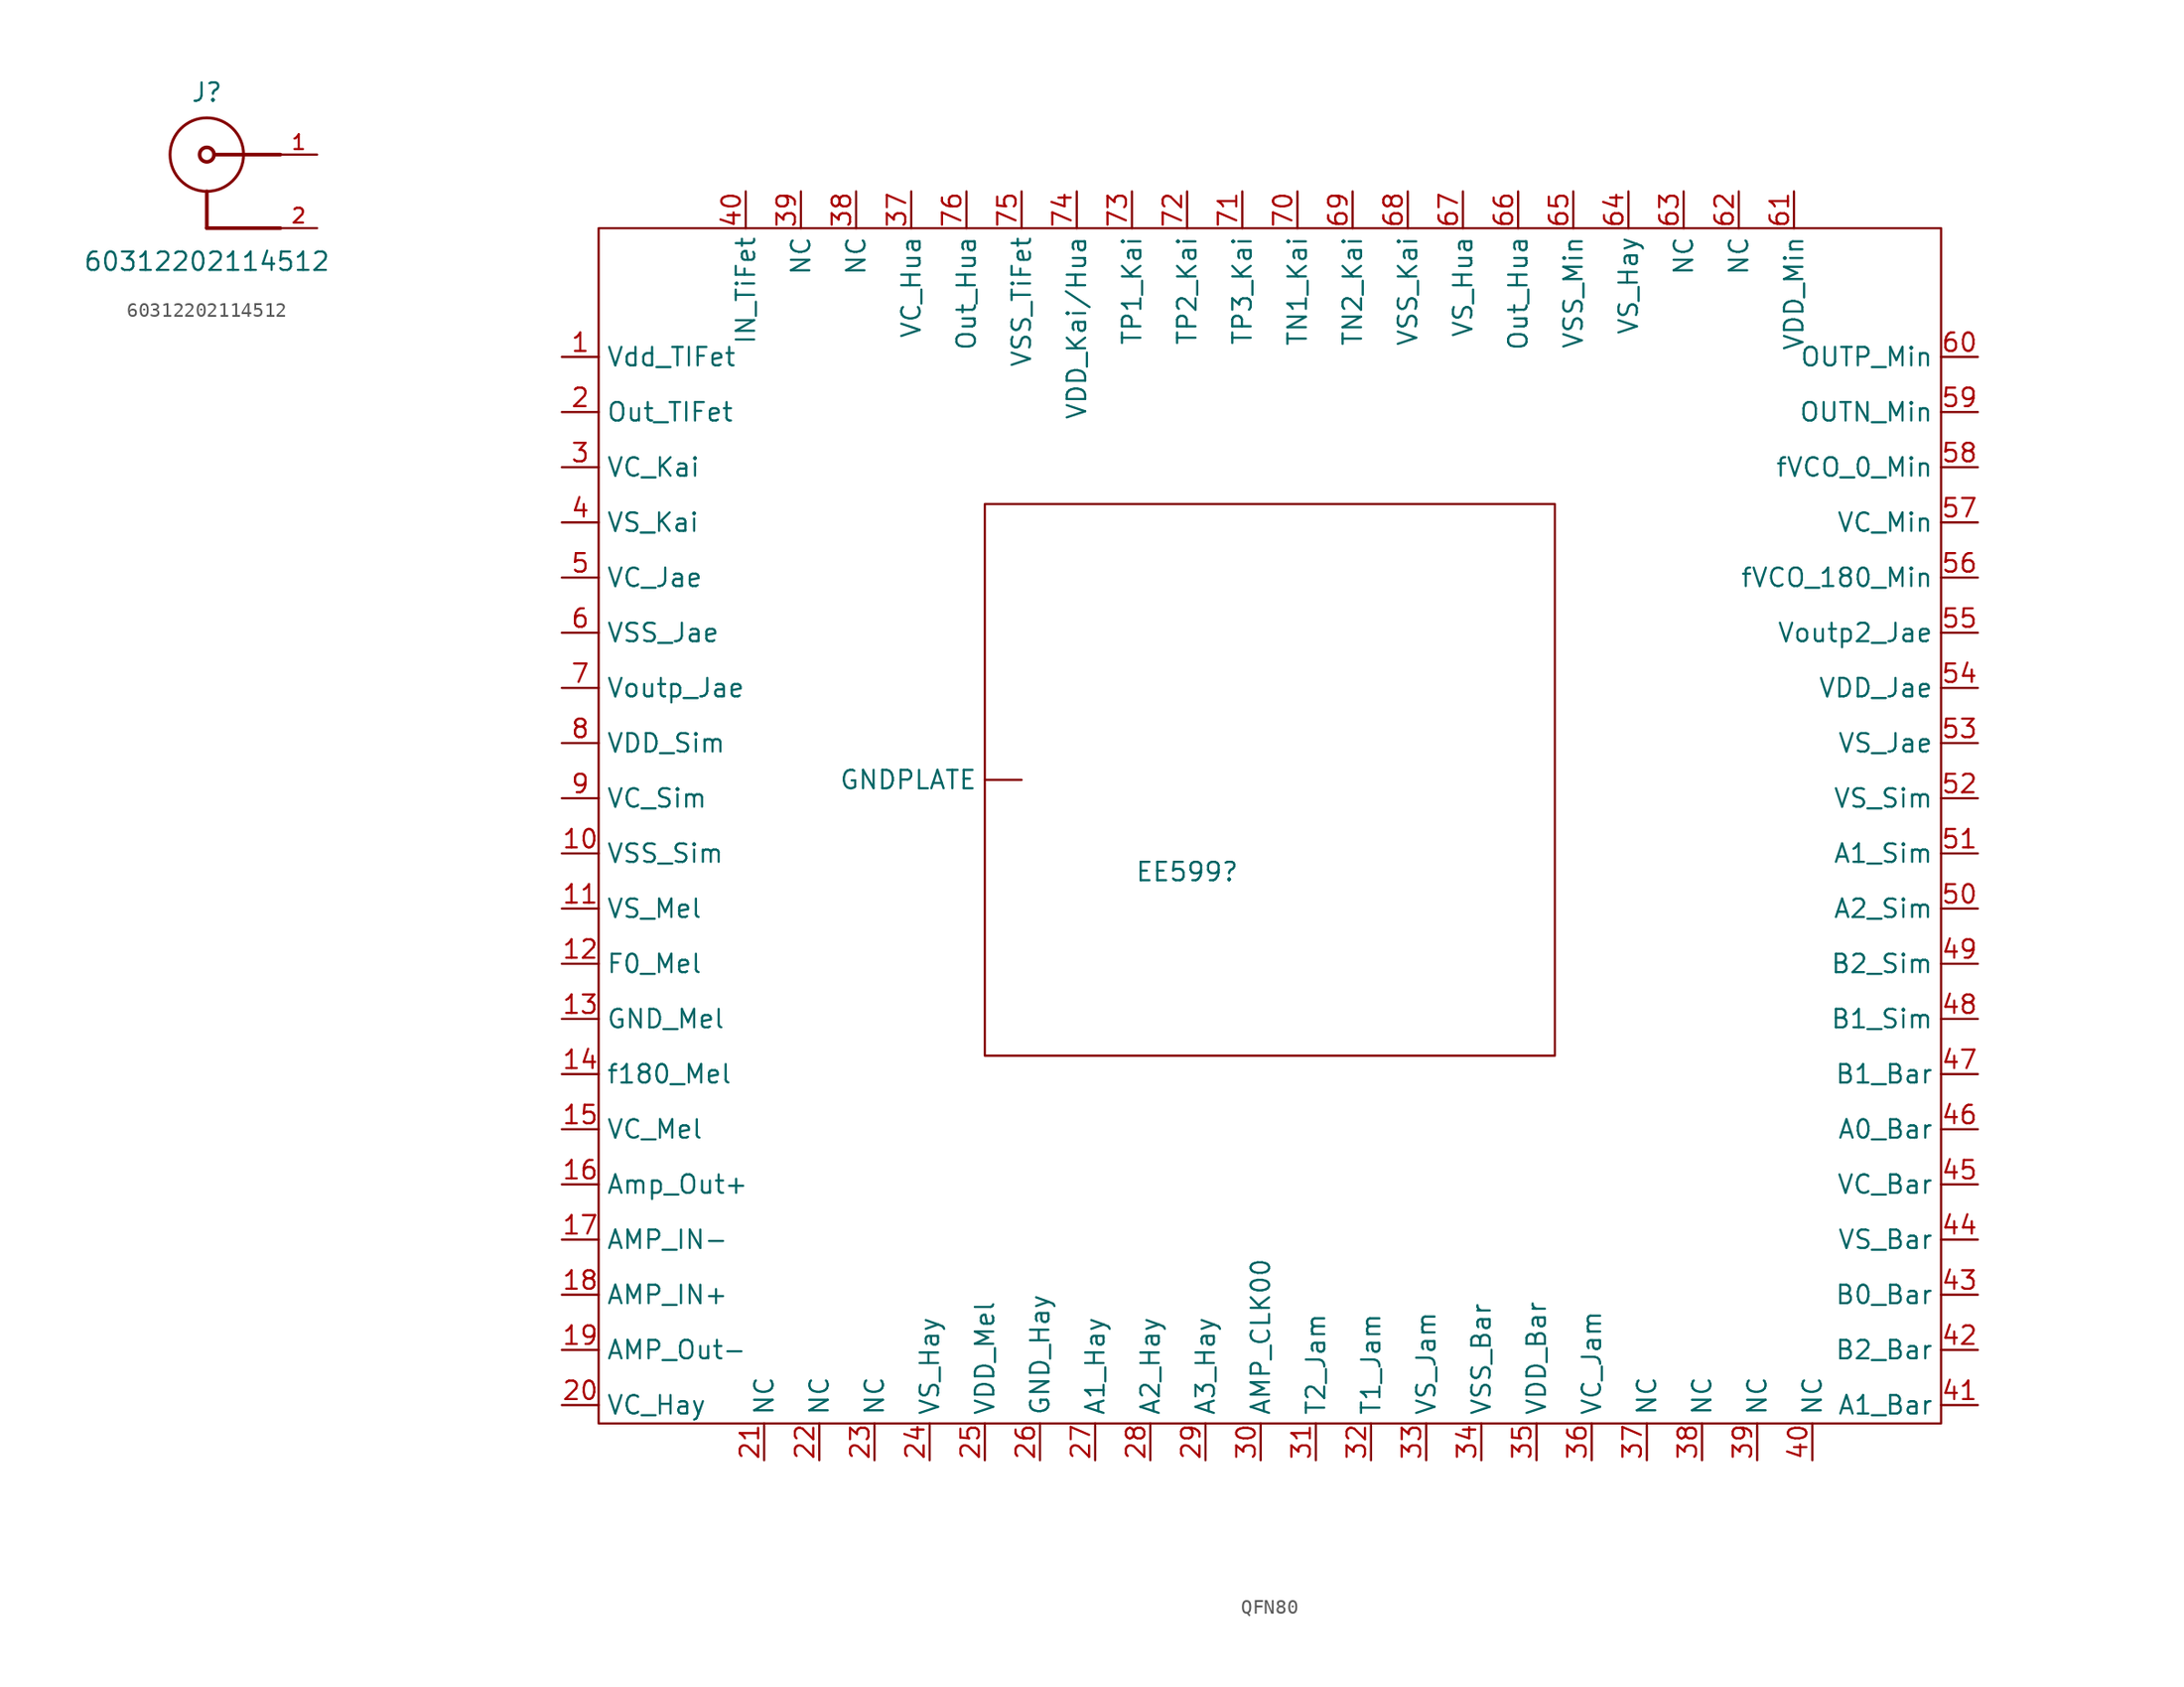
<source format=kicad_sym>
(kicad_symbol_lib
  (version 20231120)
  (generator "kicad_symbol_editor")
  (generator_version "8.0")
  (symbol "60312202114512"
    (pin_names
      (offset 1.016))
    (property "Reference" "J"
      (at 0 3.556 0)
      (effects (font (size 1.27 1.27)) (justify bottom)))
    (property "Value" "60312202114512"
      (at 0 -8.128 0)
      (effects (font (size 1.27 1.27)) (justify bottom)))
    (symbol "60312202114512_0_0"
      (polyline (pts (xy 0 -5.08) (xy 5.08 -5.08)) (stroke (width 0.254) (type default)) (fill (type none)))
      (polyline (pts (xy 0 -2.54) (xy 0 -5.08)) (stroke (width 0.254) (type default)) (fill (type none)))
      (polyline (pts (xy 5.08 0) (xy 0.54 0)) (stroke (width 0.254) (type default)) (fill (type none)))
      (circle (center 0 0) (radius 0.5) (stroke (width 0.254) (type default)) (fill (type none)))
      (circle (center 0 0) (radius 2.54) (stroke (width 0.2) (type default)) (fill (type none)))
      (pin passive line (at 7.62 0 180) (length 2.54) (name "~" (effects (font (size 1.016 1.016)))) (number "1" (effects (font (size 1.016 1.016)))))
      (pin passive line (at 7.62 -5.08 180) (length 2.54) (name "~" (effects (font (size 1.016 1.016)))) (number "2" (effects (font (size 1.016 1.016)))))))
  (symbol "QFN80"
    (property "Reference" "EE599"
      (at 0 0 0)
      (effects (font (size 1.27 1.27))))
    (property "Value" ""
      (at 0 0 0)
      (effects (font (size 1.27 1.27))))
    (symbol "QFN80_0_1"
      (rectangle (start -40.64 44.45) (end 52.07 -38.1) (stroke (width 0) (type default)) (fill (type none)))
      (rectangle (start -13.97 25.4) (end 25.4 -12.7) (stroke (width 0) (type default)) (fill (type none))))
    (symbol "QFN80_1_1"
      (pin input line (at -11.43 6.35 180) (length 2.54) (name "GNDPLATE" (effects (font (size 1.27 1.27)))) (number "" (effects (font (size 1.27 1.27)))))
      (pin input line (at -43.18 35.56 0) (length 2.54) (name "Vdd_TIFet" (effects (font (size 1.27 1.27)))) (number "1" (effects (font (size 1.27 1.27)))))
      (pin input line (at -43.18 1.27 0) (length 2.54) (name "VSS_Sim" (effects (font (size 1.27 1.27)))) (number "10" (effects (font (size 1.27 1.27)))))
      (pin input line (at -43.18 -2.54 0) (length 2.54) (name "VS_Mel" (effects (font (size 1.27 1.27)))) (number "11" (effects (font (size 1.27 1.27)))))
      (pin input line (at -43.18 -6.35 0) (length 2.54) (name "F0_Mel" (effects (font (size 1.27 1.27)))) (number "12" (effects (font (size 1.27 1.27)))))
      (pin input line (at -43.18 -10.16 0) (length 2.54) (name "GND_Mel" (effects (font (size 1.27 1.27)))) (number "13" (effects (font (size 1.27 1.27)))))
      (pin input line (at -43.18 -13.97 0) (length 2.54) (name "f180_Mel" (effects (font (size 1.27 1.27)))) (number "14" (effects (font (size 1.27 1.27)))))
      (pin input line (at -43.18 -17.78 0) (length 2.54) (name "VC_Mel" (effects (font (size 1.27 1.27)))) (number "15" (effects (font (size 1.27 1.27)))))
      (pin input line (at -43.18 -21.59 0) (length 2.54) (name "Amp_Out+" (effects (font (size 1.27 1.27)))) (number "16" (effects (font (size 1.27 1.27)))))
      (pin input line (at -43.18 -25.4 0) (length 2.54) (name "AMP_IN-" (effects (font (size 1.27 1.27)))) (number "17" (effects (font (size 1.27 1.27)))))
      (pin input line (at -43.18 -29.21 0) (length 2.54) (name "AMP_IN+" (effects (font (size 1.27 1.27)))) (number "18" (effects (font (size 1.27 1.27)))))
      (pin input line (at -43.18 -33.02 0) (length 2.54) (name "AMP_Out-" (effects (font (size 1.27 1.27)))) (number "19" (effects (font (size 1.27 1.27)))))
      (pin input line (at -43.18 31.75 0) (length 2.54) (name "Out_TIFet" (effects (font (size 1.27 1.27)))) (number "2" (effects (font (size 1.27 1.27)))))
      (pin input line (at -43.18 -36.83 0) (length 2.54) (name "VC_Hay" (effects (font (size 1.27 1.27)))) (number "20" (effects (font (size 1.27 1.27)))))
      (pin input line (at -29.21 -40.64 90) (length 2.54) (name "NC" (effects (font (size 1.27 1.27)))) (number "21" (effects (font (size 1.27 1.27)))))
      (pin input line (at -25.4 -40.64 90) (length 2.54) (name "NC" (effects (font (size 1.27 1.27)))) (number "22" (effects (font (size 1.27 1.27)))))
      (pin input line (at -21.59 -40.64 90) (length 2.54) (name "NC" (effects (font (size 1.27 1.27)))) (number "23" (effects (font (size 1.27 1.27)))))
      (pin input line (at -17.78 -40.64 90) (length 2.54) (name "VS_Hay" (effects (font (size 1.27 1.27)))) (number "24" (effects (font (size 1.27 1.27)))))
      (pin input line (at -13.97 -40.64 90) (length 2.54) (name "VDD_Mel" (effects (font (size 1.27 1.27)))) (number "25" (effects (font (size 1.27 1.27)))))
      (pin input line (at -10.16 -40.64 90) (length 2.54) (name "GND_Hay" (effects (font (size 1.27 1.27)))) (number "26" (effects (font (size 1.27 1.27)))))
      (pin input line (at -6.35 -40.64 90) (length 2.54) (name "A1_Hay" (effects (font (size 1.27 1.27)))) (number "27" (effects (font (size 1.27 1.27)))))
      (pin input line (at -2.54 -40.64 90) (length 2.54) (name "A2_Hay" (effects (font (size 1.27 1.27)))) (number "28" (effects (font (size 1.27 1.27)))))
      (pin input line (at 1.27 -40.64 90) (length 2.54) (name "A3_Hay" (effects (font (size 1.27 1.27)))) (number "29" (effects (font (size 1.27 1.27)))))
      (pin input line (at -43.18 27.94 0) (length 2.54) (name "VC_Kai" (effects (font (size 1.27 1.27)))) (number "3" (effects (font (size 1.27 1.27)))))
      (pin input line (at 5.08 -40.64 90) (length 2.54) (name "AMP_CLK00" (effects (font (size 1.27 1.27)))) (number "30" (effects (font (size 1.27 1.27)))))
      (pin input line (at 8.89 -40.64 90) (length 2.54) (name "T2_Jam" (effects (font (size 1.27 1.27)))) (number "31" (effects (font (size 1.27 1.27)))))
      (pin input line (at 12.7 -40.64 90) (length 2.54) (name "T1_Jam" (effects (font (size 1.27 1.27)))) (number "32" (effects (font (size 1.27 1.27)))))
      (pin input line (at 16.51 -40.64 90) (length 2.54) (name "VS_Jam" (effects (font (size 1.27 1.27)))) (number "33" (effects (font (size 1.27 1.27)))))
      (pin input line (at 20.32 -40.64 90) (length 2.54) (name "VSS_Bar" (effects (font (size 1.27 1.27)))) (number "34" (effects (font (size 1.27 1.27)))))
      (pin input line (at 24.13 -40.64 90) (length 2.54) (name "VDD_Bar" (effects (font (size 1.27 1.27)))) (number "35" (effects (font (size 1.27 1.27)))))
      (pin input line (at 27.94 -40.64 90) (length 2.54) (name "VC_Jam" (effects (font (size 1.27 1.27)))) (number "36" (effects (font (size 1.27 1.27)))))
      (pin input line (at 31.75 -40.64 90) (length 2.54) (name "NC" (effects (font (size 1.27 1.27)))) (number "37" (effects (font (size 1.27 1.27)))))
      (pin input line (at -19.05 46.99 270) (length 2.54) (name "VC_Hua" (effects (font (size 1.27 1.27)))) (number "37" (effects (font (size 1.27 1.27)))))
      (pin input line (at -22.86 46.99 270) (length 2.54) (name "NC" (effects (font (size 1.27 1.27)))) (number "38" (effects (font (size 1.27 1.27)))))
      (pin input line (at 35.56 -40.64 90) (length 2.54) (name "NC" (effects (font (size 1.27 1.27)))) (number "38" (effects (font (size 1.27 1.27)))))
      (pin input line (at -26.67 46.99 270) (length 2.54) (name "NC" (effects (font (size 1.27 1.27)))) (number "39" (effects (font (size 1.27 1.27)))))
      (pin input line (at 39.37 -40.64 90) (length 2.54) (name "NC" (effects (font (size 1.27 1.27)))) (number "39" (effects (font (size 1.27 1.27)))))
      (pin input line (at -43.18 24.13 0) (length 2.54) (name "VS_Kai" (effects (font (size 1.27 1.27)))) (number "4" (effects (font (size 1.27 1.27)))))
      (pin input line (at -30.48 46.99 270) (length 2.54) (name "IN_TiFet" (effects (font (size 1.27 1.27)))) (number "40" (effects (font (size 1.27 1.27)))))
      (pin input line (at 43.18 -40.64 90) (length 2.54) (name "NC" (effects (font (size 1.27 1.27)))) (number "40" (effects (font (size 1.27 1.27)))))
      (pin input line (at 54.61 -36.83 180) (length 2.54) (name "A1_Bar" (effects (font (size 1.27 1.27)))) (number "41" (effects (font (size 1.27 1.27)))))
      (pin input line (at 54.61 -33.02 180) (length 2.54) (name "B2_Bar" (effects (font (size 1.27 1.27)))) (number "42" (effects (font (size 1.27 1.27)))))
      (pin input line (at 54.61 -29.21 180) (length 2.54) (name "B0_Bar" (effects (font (size 1.27 1.27)))) (number "43" (effects (font (size 1.27 1.27)))))
      (pin input line (at 54.61 -25.4 180) (length 2.54) (name "VS_Bar" (effects (font (size 1.27 1.27)))) (number "44" (effects (font (size 1.27 1.27)))))
      (pin input line (at 54.61 -21.59 180) (length 2.54) (name "VC_Bar" (effects (font (size 1.27 1.27)))) (number "45" (effects (font (size 1.27 1.27)))))
      (pin input line (at 54.61 -17.78 180) (length 2.54) (name "A0_Bar" (effects (font (size 1.27 1.27)))) (number "46" (effects (font (size 1.27 1.27)))))
      (pin input line (at 54.61 -13.97 180) (length 2.54) (name "B1_Bar" (effects (font (size 1.27 1.27)))) (number "47" (effects (font (size 1.27 1.27)))))
      (pin input line (at 54.61 -10.16 180) (length 2.54) (name "B1_Sim" (effects (font (size 1.27 1.27)))) (number "48" (effects (font (size 1.27 1.27)))))
      (pin input line (at 54.61 -6.35 180) (length 2.54) (name "B2_Sim" (effects (font (size 1.27 1.27)))) (number "49" (effects (font (size 1.27 1.27)))))
      (pin input line (at -43.18 20.32 0) (length 2.54) (name "VC_Jae" (effects (font (size 1.27 1.27)))) (number "5" (effects (font (size 1.27 1.27)))))
      (pin input line (at 54.61 -2.54 180) (length 2.54) (name "A2_Sim" (effects (font (size 1.27 1.27)))) (number "50" (effects (font (size 1.27 1.27)))))
      (pin input line (at 54.61 1.27 180) (length 2.54) (name "A1_Sim" (effects (font (size 1.27 1.27)))) (number "51" (effects (font (size 1.27 1.27)))))
      (pin input line (at 54.61 5.08 180) (length 2.54) (name "VS_Sim" (effects (font (size 1.27 1.27)))) (number "52" (effects (font (size 1.27 1.27)))))
      (pin input line (at 54.61 8.89 180) (length 2.54) (name "VS_Jae" (effects (font (size 1.27 1.27)))) (number "53" (effects (font (size 1.27 1.27)))))
      (pin input line (at 54.61 12.7 180) (length 2.54) (name "VDD_Jae" (effects (font (size 1.27 1.27)))) (number "54" (effects (font (size 1.27 1.27)))))
      (pin input line (at 54.61 16.51 180) (length 2.54) (name "Voutp2_Jae" (effects (font (size 1.27 1.27)))) (number "55" (effects (font (size 1.27 1.27)))))
      (pin input line (at 54.61 20.32 180) (length 2.54) (name "fVCO_180_Min" (effects (font (size 1.27 1.27)))) (number "56" (effects (font (size 1.27 1.27)))))
      (pin input line (at 54.61 24.13 180) (length 2.54) (name "VC_Min" (effects (font (size 1.27 1.27)))) (number "57" (effects (font (size 1.27 1.27)))))
      (pin input line (at 54.61 27.94 180) (length 2.54) (name "fVCO_0_Min" (effects (font (size 1.27 1.27)))) (number "58" (effects (font (size 1.27 1.27)))))
      (pin input line (at 54.61 31.75 180) (length 2.54) (name "OUTN_Min" (effects (font (size 1.27 1.27)))) (number "59" (effects (font (size 1.27 1.27)))))
      (pin input line (at -43.18 16.51 0) (length 2.54) (name "VSS_Jae" (effects (font (size 1.27 1.27)))) (number "6" (effects (font (size 1.27 1.27)))))
      (pin input line (at 54.61 35.56 180) (length 2.54) (name "OUTP_Min" (effects (font (size 1.27 1.27)))) (number "60" (effects (font (size 1.27 1.27)))))
      (pin input line (at 41.91 46.99 270) (length 2.54) (name "VDD_Min" (effects (font (size 1.27 1.27)))) (number "61" (effects (font (size 1.27 1.27)))))
      (pin input line (at 38.1 46.99 270) (length 2.54) (name "NC" (effects (font (size 1.27 1.27)))) (number "62" (effects (font (size 1.27 1.27)))))
      (pin input line (at 34.29 46.99 270) (length 2.54) (name "NC" (effects (font (size 1.27 1.27)))) (number "63" (effects (font (size 1.27 1.27)))))
      (pin input line (at 30.48 46.99 270) (length 2.54) (name "VS_Hay" (effects (font (size 1.27 1.27)))) (number "64" (effects (font (size 1.27 1.27)))))
      (pin input line (at 26.67 46.99 270) (length 2.54) (name "VSS_Min" (effects (font (size 1.27 1.27)))) (number "65" (effects (font (size 1.27 1.27)))))
      (pin input line (at 22.86 46.99 270) (length 2.54) (name "Out_Hua" (effects (font (size 1.27 1.27)))) (number "66" (effects (font (size 1.27 1.27)))))
      (pin input line (at 19.05 46.99 270) (length 2.54) (name "VS_Hua" (effects (font (size 1.27 1.27)))) (number "67" (effects (font (size 1.27 1.27)))))
      (pin input line (at 15.24 46.99 270) (length 2.54) (name "VSS_Kai" (effects (font (size 1.27 1.27)))) (number "68" (effects (font (size 1.27 1.27)))))
      (pin input line (at 11.43 46.99 270) (length 2.54) (name "TN2_Kai" (effects (font (size 1.27 1.27)))) (number "69" (effects (font (size 1.27 1.27)))))
      (pin input line (at -43.18 12.7 0) (length 2.54) (name "Voutp_Jae" (effects (font (size 1.27 1.27)))) (number "7" (effects (font (size 1.27 1.27)))))
      (pin input line (at 7.62 46.99 270) (length 2.54) (name "TN1_Kai" (effects (font (size 1.27 1.27)))) (number "70" (effects (font (size 1.27 1.27)))))
      (pin input line (at 3.81 46.99 270) (length 2.54) (name "TP3_Kai" (effects (font (size 1.27 1.27)))) (number "71" (effects (font (size 1.27 1.27)))))
      (pin input line (at 0 46.99 270) (length 2.54) (name "TP2_Kai" (effects (font (size 1.27 1.27)))) (number "72" (effects (font (size 1.27 1.27)))))
      (pin input line (at -3.81 46.99 270) (length 2.54) (name "TP1_Kai" (effects (font (size 1.27 1.27)))) (number "73" (effects (font (size 1.27 1.27)))))
      (pin input line (at -7.62 46.99 270) (length 2.54) (name "VDD_Kai/Hua" (effects (font (size 1.27 1.27)))) (number "74" (effects (font (size 1.27 1.27)))))
      (pin input line (at -11.43 46.99 270) (length 2.54) (name "VSS_TiFet" (effects (font (size 1.27 1.27)))) (number "75" (effects (font (size 1.27 1.27)))))
      (pin input line (at -15.24 46.99 270) (length 2.54) (name "Out_Hua" (effects (font (size 1.27 1.27)))) (number "76" (effects (font (size 1.27 1.27)))))
      (pin input line (at -43.18 8.89 0) (length 2.54) (name "VDD_Sim" (effects (font (size 1.27 1.27)))) (number "8" (effects (font (size 1.27 1.27)))))
      (pin input line (at -43.18 5.08 0) (length 2.54) (name "VC_Sim" (effects (font (size 1.27 1.27)))) (number "9" (effects (font (size 1.27 1.27))))))))
</source>
